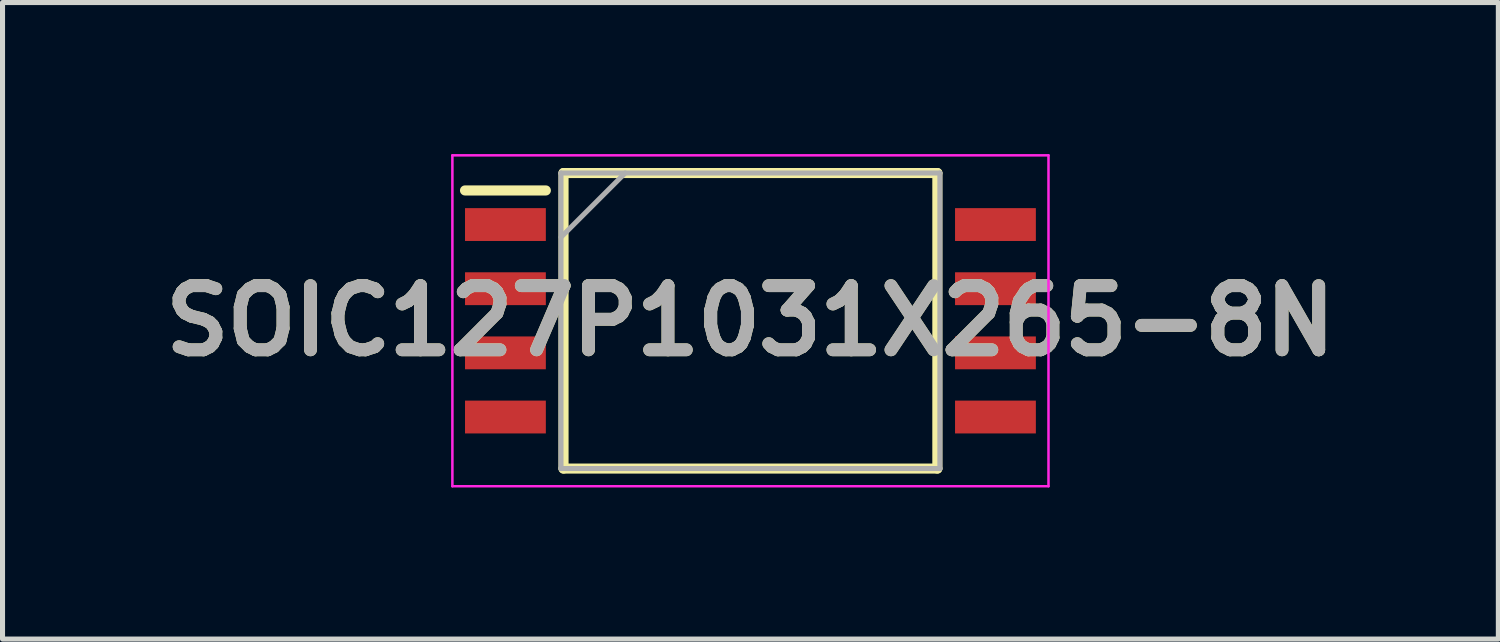
<source format=kicad_pcb>
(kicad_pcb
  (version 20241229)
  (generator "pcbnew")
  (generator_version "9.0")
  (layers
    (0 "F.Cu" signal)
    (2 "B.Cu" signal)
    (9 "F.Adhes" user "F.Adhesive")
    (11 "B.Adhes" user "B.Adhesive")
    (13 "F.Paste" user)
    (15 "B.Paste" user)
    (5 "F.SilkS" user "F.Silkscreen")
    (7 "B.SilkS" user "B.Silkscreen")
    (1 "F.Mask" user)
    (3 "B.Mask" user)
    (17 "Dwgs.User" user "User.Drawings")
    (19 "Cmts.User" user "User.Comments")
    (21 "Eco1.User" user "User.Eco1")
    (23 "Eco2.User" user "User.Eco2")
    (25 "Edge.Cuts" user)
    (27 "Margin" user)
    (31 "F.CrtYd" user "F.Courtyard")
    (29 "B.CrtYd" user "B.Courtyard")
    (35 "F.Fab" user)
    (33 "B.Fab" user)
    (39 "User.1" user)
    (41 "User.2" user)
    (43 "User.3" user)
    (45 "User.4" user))
  (footprint "SOIC127P1031X265-8N"
    (layer "F.Cu")
    (at 11.805 3.3)
    (property "Reference" "SOIC127P1031X265-8N" (at 0 0 0) (layer "F.SilkS") (effects (font (size 1.27 1.27) (thickness 0.254))))
    (attr smd)
    (fp_line (start -5.65 -2.58) (end -4.05 -2.58) (stroke (width 0.2) (type solid)) (layer "F.SilkS"))
    (fp_line (start -3.7 -2.925) (end 3.7 -2.925) (stroke (width 0.2) (type solid)) (layer "F.SilkS"))
    (fp_line (start -3.7 2.925) (end -3.7 -2.925) (stroke (width 0.2) (type solid)) (layer "F.SilkS"))
    (fp_line (start 3.7 -2.925) (end 3.7 2.925) (stroke (width 0.2) (type solid)) (layer "F.SilkS"))
    (fp_line (start 3.7 2.925) (end -3.7 2.925) (stroke (width 0.2) (type solid)) (layer "F.SilkS"))
    (fp_line (start -5.9 -3.275) (end 5.9 -3.275) (stroke (width 0.05) (type solid)) (layer "F.CrtYd"))
    (fp_line (start -5.9 3.275) (end -5.9 -3.275) (stroke (width 0.05) (type solid)) (layer "F.CrtYd"))
    (fp_line (start 5.9 -3.275) (end 5.9 3.275) (stroke (width 0.05) (type solid)) (layer "F.CrtYd"))
    (fp_line (start 5.9 3.275) (end -5.9 3.275) (stroke (width 0.05) (type solid)) (layer "F.CrtYd"))
    (fp_line (start -3.75 -2.925) (end 3.75 -2.925) (stroke (width 0.1) (type solid)) (layer "F.Fab"))
    (fp_line (start -3.75 -1.655) (end -2.48 -2.925) (stroke (width 0.1) (type solid)) (layer "F.Fab"))
    (fp_line (start -3.75 2.925) (end -3.75 -2.925) (stroke (width 0.1) (type solid)) (layer "F.Fab"))
    (fp_line (start 3.75 -2.925) (end 3.75 2.925) (stroke (width 0.1) (type solid)) (layer "F.Fab"))
    (fp_line (start 3.75 2.925) (end -3.75 2.925) (stroke (width 0.1) (type solid)) (layer "F.Fab"))
    (fp_text user "${REFERENCE}" (at 0 0 0) (layer "F.Fab") (effects (font (size 1.27 1.27) (thickness 0.254))))
    (pad "1" smd rect (at -4.85 -1.905 90) (size 0.65 1.6) (layers "F.Cu" "F.Mask" "F.Paste"))
    (pad "2" smd rect (at -4.85 -0.635 90) (size 0.65 1.6) (layers "F.Cu" "F.Mask" "F.Paste"))
    (pad "3" smd rect (at -4.85 0.635 90) (size 0.65 1.6) (layers "F.Cu" "F.Mask" "F.Paste"))
    (pad "4" smd rect (at -4.85 1.905 90) (size 0.65 1.6) (layers "F.Cu" "F.Mask" "F.Paste"))
    (pad "5" smd rect (at 4.85 1.905 90) (size 0.65 1.6) (layers "F.Cu" "F.Mask" "F.Paste"))
    (pad "6" smd rect (at 4.85 0.635 90) (size 0.65 1.6) (layers "F.Cu" "F.Mask" "F.Paste"))
    (pad "7" smd rect (at 4.85 -0.635 90) (size 0.65 1.6) (layers "F.Cu" "F.Mask" "F.Paste"))
    (pad "8" smd rect (at 4.85 -1.905 90) (size 0.65 1.6) (layers "F.Cu" "F.Mask" "F.Paste")))
  (gr_rect
    (start -3 -3)
    (end 26.61 9.6)
    (stroke (width 0.1) (type default))
    (fill no)
    (layer "Edge.Cuts")))
</source>
